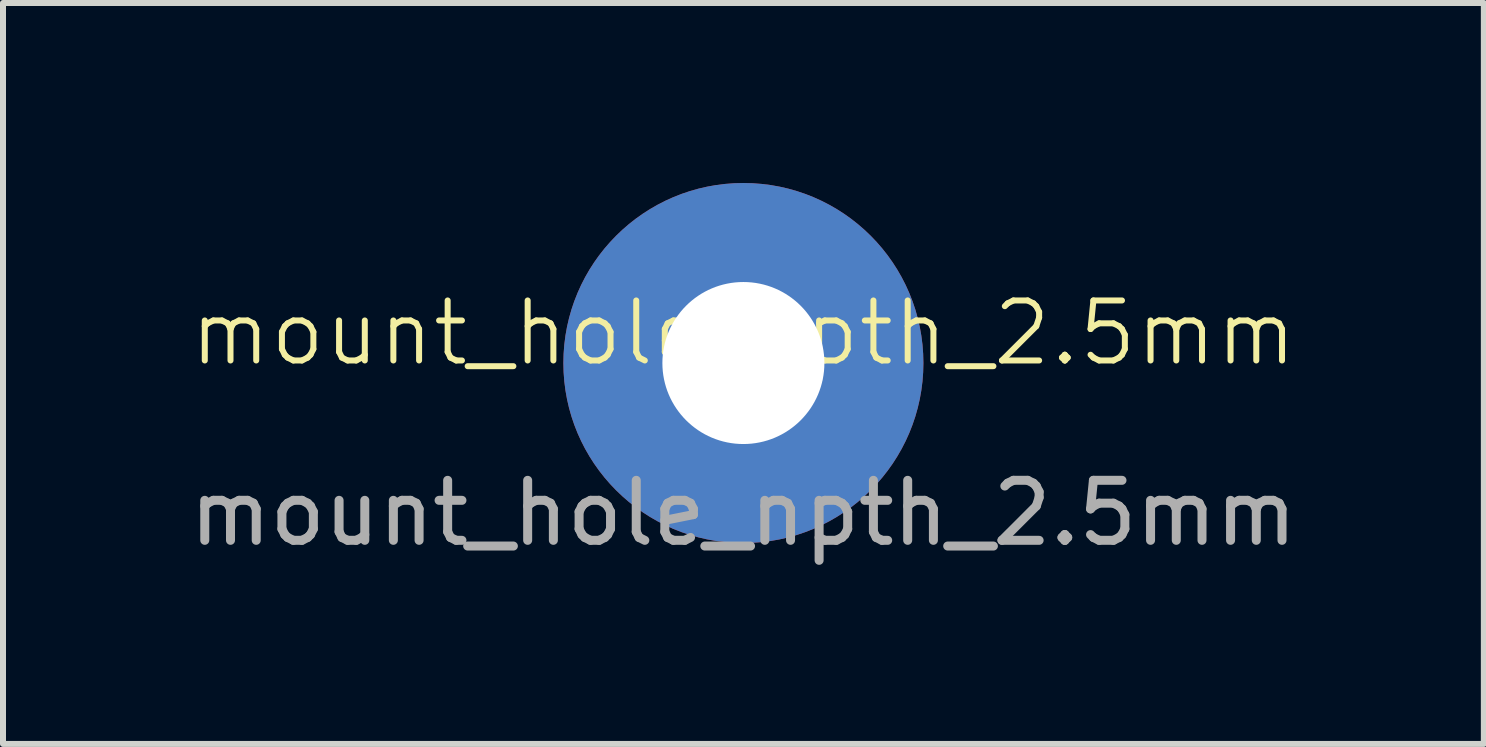
<source format=kicad_pcb>
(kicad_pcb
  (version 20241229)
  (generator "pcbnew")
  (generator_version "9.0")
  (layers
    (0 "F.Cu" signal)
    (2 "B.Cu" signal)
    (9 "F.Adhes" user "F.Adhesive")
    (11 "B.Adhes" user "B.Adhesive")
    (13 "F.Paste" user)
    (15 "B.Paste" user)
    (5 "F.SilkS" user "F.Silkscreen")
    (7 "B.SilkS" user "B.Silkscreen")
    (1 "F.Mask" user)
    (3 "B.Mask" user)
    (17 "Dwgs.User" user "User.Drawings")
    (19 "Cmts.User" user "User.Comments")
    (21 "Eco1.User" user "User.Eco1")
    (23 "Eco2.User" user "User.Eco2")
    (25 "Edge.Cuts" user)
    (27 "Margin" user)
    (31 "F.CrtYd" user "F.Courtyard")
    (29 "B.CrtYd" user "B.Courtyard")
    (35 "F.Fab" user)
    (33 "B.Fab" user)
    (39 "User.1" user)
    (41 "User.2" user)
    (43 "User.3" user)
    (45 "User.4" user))
  (footprint "mount_hole_npth_2.5mm"
    (layer "F.Cu")
    (at 9.339 3)
    (property "Reference" "mount_hole_npth_2.5mm" (at 0 -0.5 0) (unlocked yes) (layer "F.SilkS") (effects (font (size 1 1) (thickness 0.1))))
    (attr smd)
    (fp_text user "${REFERENCE}" (at 0 2.5 0) (unlocked yes) (layer "F.Fab") (effects (font (size 1 1) (thickness 0.15))))
    (pad "" np_thru_hole circle (at 0 0) (size 6 6) (drill 2.7) (layers "*.Cu" "*.Mask")))
  (gr_rect
    (start -3 -3)
    (end 21.679 9.348)
    (stroke (width 0.1) (type default))
    (fill no)
    (layer "Edge.Cuts")))
</source>
